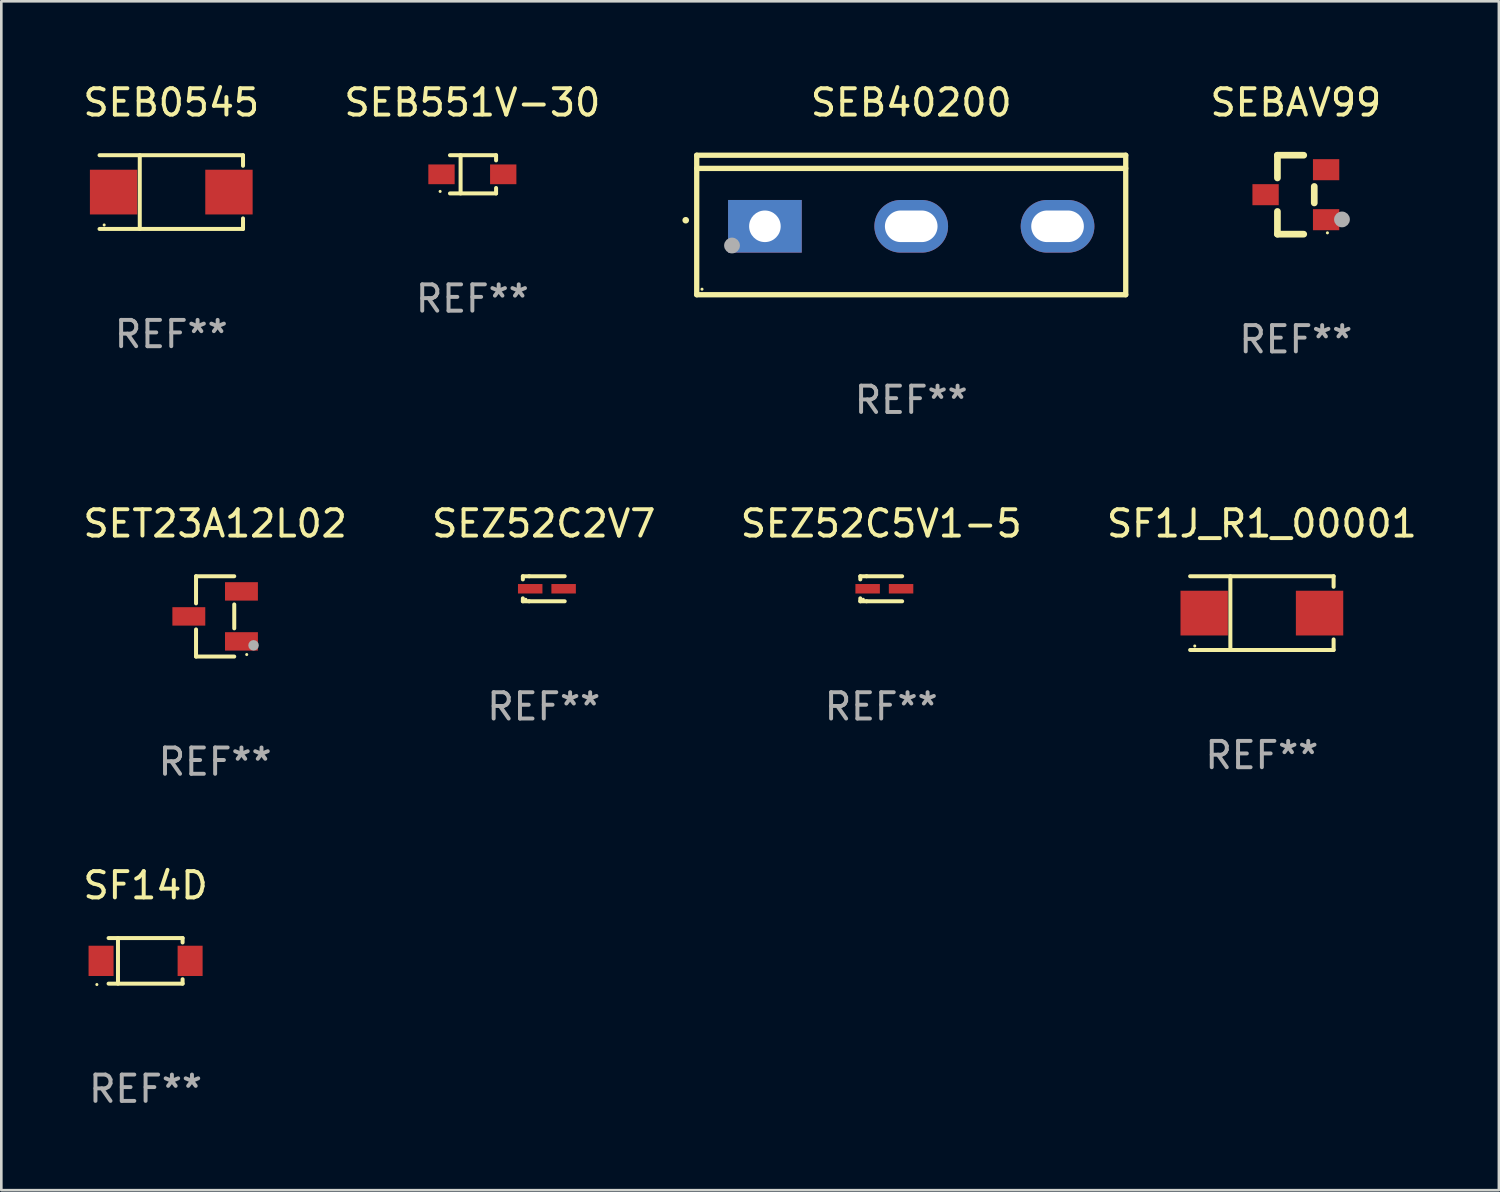
<source format=kicad_pcb>
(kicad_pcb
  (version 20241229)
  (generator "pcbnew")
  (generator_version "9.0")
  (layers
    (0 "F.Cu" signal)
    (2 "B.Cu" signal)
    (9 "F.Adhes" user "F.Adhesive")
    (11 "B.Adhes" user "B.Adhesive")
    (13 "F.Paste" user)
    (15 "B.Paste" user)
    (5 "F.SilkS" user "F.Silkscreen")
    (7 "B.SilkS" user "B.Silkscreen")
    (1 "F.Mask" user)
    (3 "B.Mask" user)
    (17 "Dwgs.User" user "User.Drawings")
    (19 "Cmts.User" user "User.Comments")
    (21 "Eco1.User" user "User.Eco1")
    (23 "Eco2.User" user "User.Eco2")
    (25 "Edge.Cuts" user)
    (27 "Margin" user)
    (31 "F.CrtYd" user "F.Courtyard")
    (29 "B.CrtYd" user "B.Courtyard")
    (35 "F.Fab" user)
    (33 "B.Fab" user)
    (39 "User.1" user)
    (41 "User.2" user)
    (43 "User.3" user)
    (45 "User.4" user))
  (footprint "SEBAV99"
    (layer "F.Cu")
    (at 46.19 4.348)
    (property "Reference" "SEBAV99" (at 0 -3.5 0) (layer "F.SilkS") (effects (font (size 1 1) (thickness 0.15))))
    (attr through_hole)
    (fp_line (start -0.7 -1.5) (end 0.3 -1.5) (stroke (width 0.254) (type solid)) (layer "F.SilkS"))
    (fp_line (start -0.7 -0.636) (end -0.7 -1.5) (stroke (width 0.254) (type solid)) (layer "F.SilkS"))
    (fp_line (start -0.7 1.5) (end -0.7 0.636) (stroke (width 0.254) (type solid)) (layer "F.SilkS"))
    (fp_line (start -0.7 1.5) (end 0.3 1.5) (stroke (width 0.254) (type solid)) (layer "F.SilkS"))
    (fp_line (start 0.7 0.314) (end 0.7 -0.314) (stroke (width 0.254) (type solid)) (layer "F.SilkS"))
    (fp_circle (center 1.2 1.45) (end 1.23 1.45) (stroke (width 0.06) (type solid)) (fill no) (layer "F.SilkS"))
    (fp_circle (center 1.753 0.94) (end 1.903 0.94) (stroke (width 0.3) (type solid)) (fill no) (layer "F.Fab"))
    (fp_text user "REF**" (at 0 5.5 0) (layer "F.Fab") (effects (font (size 1 1) (thickness 0.15))))
    (pad "1" smd rect (at 1.15 0.95 180) (size 1 0.8) (layers "F.Cu" "F.Mask" "F.Paste"))
    (pad "2" smd rect (at 1.15 -0.95 180) (size 1 0.8) (layers "F.Cu" "F.Mask" "F.Paste"))
    (pad "3" smd rect (at -1.15 -0.000051 180) (size 1 0.8) (layers "F.Cu" "F.Mask" "F.Paste")))
  (footprint "SEZ52C2V7"
    (layer "F.Cu")
    (at 17.613 19.322)
    (property "Reference" "SEZ52C2V7" (at 0 -2.476 0) (layer "F.SilkS") (effects (font (size 1 1) (thickness 0.15))))
    (attr through_hole)
    (fp_line (start -0.795 -0.476) (end -0.795 -0.356) (stroke (width 0.152) (type solid)) (layer "F.SilkS"))
    (fp_line (start -0.795 0.363) (end -0.795 0.476) (stroke (width 0.152) (type solid)) (layer "F.SilkS"))
    (fp_line (start -0.795 0.476) (end -0.557 0.476) (stroke (width 0.152) (type solid)) (layer "F.SilkS"))
    (fp_line (start -0.557 -0.476) (end -0.795 -0.476) (stroke (width 0.152) (type solid)) (layer "F.SilkS"))
    (fp_line (start -0.557 -0.476) (end 0.795 -0.476) (stroke (width 0.152) (type solid)) (layer "F.SilkS"))
    (fp_line (start -0.557 0.476) (end 0.795 0.476) (stroke (width 0.152) (type solid)) (layer "F.SilkS"))
    (fp_circle (center -0.681 0.4) (end -0.651 0.4) (stroke (width 0.06) (type solid)) (fill no) (layer "F.SilkS"))
    (fp_text user "REF**" (at 0 4.476 0) (layer "F.Fab") (effects (font (size 1 1) (thickness 0.15))))
    (pad "1" smd rect (at -0.516 0 180) (size 0.93 0.36) (layers "F.Cu" "F.Mask" "F.Paste"))
    (pad "2" smd rect (at 0.754 0 180) (size 0.93 0.36) (layers "F.Cu" "F.Mask" "F.Paste")))
  (footprint "SEB551V-30"
    (layer "F.Cu")
    (at 14.899 3.574)
    (property "Reference" "SEB551V-30" (at 0 -2.726 0) (layer "F.SilkS") (effects (font (size 1 1) (thickness 0.15))))
    (attr through_hole)
    (fp_line (start -0.851 -0.726) (end 0.901 -0.726) (stroke (width 0.152) (type solid)) (layer "F.SilkS"))
    (fp_line (start -0.851 0.726) (end 0.901 0.726) (stroke (width 0.152) (type solid)) (layer "F.SilkS"))
    (fp_line (start -0.447 -0.726) (end -0.447 0.726) (stroke (width 0.152) (type solid)) (layer "F.SilkS"))
    (fp_line (start 0.901 -0.726) (end 0.901 -0.53) (stroke (width 0.152) (type solid)) (layer "F.SilkS"))
    (fp_line (start 0.901 0.726) (end 0.901 0.52) (stroke (width 0.152) (type solid)) (layer "F.SilkS"))
    (fp_circle (center -1.225 0.65) (end -1.195 0.65) (stroke (width 0.06) (type solid)) (fill no) (layer "F.SilkS"))
    (fp_text user "REF**" (at 0 4.726 0) (layer "F.Fab") (effects (font (size 1 1) (thickness 0.15))))
    (pad "1" smd rect (at -1.173 0) (size 1 0.75) (layers "F.Cu" "F.Mask" "F.Paste"))
    (pad "2" smd rect (at 1.173 0) (size 1 0.75) (layers "F.Cu" "F.Mask" "F.Paste")))
  (footprint "SEZ52C5V1-5"
    (layer "F.Cu")
    (at 30.435 19.322)
    (property "Reference" "SEZ52C5V1-5" (at 0 -2.476 0) (layer "F.SilkS") (effects (font (size 1 1) (thickness 0.15))))
    (attr through_hole)
    (fp_line (start -0.795 -0.476) (end -0.795 -0.356) (stroke (width 0.152) (type solid)) (layer "F.SilkS"))
    (fp_line (start -0.795 0.363) (end -0.795 0.476) (stroke (width 0.152) (type solid)) (layer "F.SilkS"))
    (fp_line (start -0.795 0.476) (end -0.557 0.476) (stroke (width 0.152) (type solid)) (layer "F.SilkS"))
    (fp_line (start -0.557 -0.476) (end -0.795 -0.476) (stroke (width 0.152) (type solid)) (layer "F.SilkS"))
    (fp_line (start -0.557 -0.476) (end 0.795 -0.476) (stroke (width 0.152) (type solid)) (layer "F.SilkS"))
    (fp_line (start -0.557 0.476) (end 0.795 0.476) (stroke (width 0.152) (type solid)) (layer "F.SilkS"))
    (fp_circle (center -0.681 0.4) (end -0.651 0.4) (stroke (width 0.06) (type solid)) (fill no) (layer "F.SilkS"))
    (fp_text user "REF**" (at 0 4.476 0) (layer "F.Fab") (effects (font (size 1 1) (thickness 0.15))))
    (pad "1" smd rect (at -0.516 0 180) (size 0.93 0.36) (layers "F.Cu" "F.Mask" "F.Paste"))
    (pad "2" smd rect (at 0.754 0 180) (size 0.93 0.36) (layers "F.Cu" "F.Mask" "F.Paste")))
  (footprint "SEB0545"
    (layer "F.Cu")
    (at 3.458 4.249)
    (property "Reference" "SEB0545" (at 0 -3.401 0) (layer "F.SilkS") (effects (font (size 1 1) (thickness 0.15))))
    (attr through_hole)
    (fp_line (start -2.726 -1.401) (end 2.726 -1.401) (stroke (width 0.152) (type solid)) (layer "F.SilkS"))
    (fp_line (start -2.726 1.401) (end 2.726 1.401) (stroke (width 0.152) (type solid)) (layer "F.SilkS"))
    (fp_line (start -1.197 -1.401) (end -1.197 1.401) (stroke (width 0.152) (type solid)) (layer "F.SilkS"))
    (fp_line (start 2.726 -1.401) (end 2.726 -1) (stroke (width 0.152) (type solid)) (layer "F.SilkS"))
    (fp_line (start 2.726 1.401) (end 2.726 1) (stroke (width 0.152) (type solid)) (layer "F.SilkS"))
    (fp_circle (center -2.55 1.25) (end -2.52 1.25) (stroke (width 0.06) (type solid)) (fill no) (layer "F.SilkS"))
    (fp_text user "REF**" (at 0 5.401 0) (layer "F.Fab") (effects (font (size 1 1) (thickness 0.15))))
    (pad "1" smd rect (at -2.192 0) (size 1.8 1.7) (layers "F.Cu" "F.Mask" "F.Paste"))
    (pad "2" smd rect (at 2.192 0) (size 1.8 1.7) (layers "F.Cu" "F.Mask" "F.Paste")))
  (footprint "SET23A12L02"
    (layer "F.Cu")
    (at 5.125 20.372)
    (property "Reference" "SET23A12L02" (at 0 -3.526 0) (layer "F.SilkS") (effects (font (size 1 1) (thickness 0.15))))
    (attr through_hole)
    (fp_line (start -0.726 -1.526) (end -0.726 -0.495) (stroke (width 0.152) (type solid)) (layer "F.SilkS"))
    (fp_line (start -0.726 1.526) (end -0.726 0.495) (stroke (width 0.152) (type solid)) (layer "F.SilkS"))
    (fp_line (start 0.726 -1.526) (end -0.726 -1.526) (stroke (width 0.152) (type solid)) (layer "F.SilkS"))
    (fp_line (start 0.726 -0.455) (end 0.726 0.455) (stroke (width 0.152) (type solid)) (layer "F.SilkS"))
    (fp_line (start 0.726 1.526) (end -0.726 1.526) (stroke (width 0.152) (type solid)) (layer "F.SilkS"))
    (fp_circle (center 1.2 1.45) (end 1.23 1.45) (stroke (width 0.06) (type solid)) (fill no) (layer "F.SilkS"))
    (fp_circle (center 1.46 1.1) (end 1.56 1.1) (stroke (width 0.2) (type solid)) (fill no) (layer "F.Fab"))
    (fp_text user "REF**" (at 0 5.526 0) (layer "F.Fab") (effects (font (size 1 1) (thickness 0.15))))
    (pad "1" smd rect (at 1 0.95) (size 1.25 0.7) (layers "F.Cu" "F.Mask" "F.Paste"))
    (pad "2" smd rect (at 1 -0.95) (size 1.25 0.7) (layers "F.Cu" "F.Mask" "F.Paste"))
    (pad "3" smd rect (at -1 0) (size 1.25 0.7) (layers "F.Cu" "F.Mask" "F.Paste")))
  (footprint "SF1J_R1_00001"
    (layer "F.Cu")
    (at 44.899 20.247)
    (property "Reference" "SF1J_R1_00001" (at 0 -3.401 0) (layer "F.SilkS") (effects (font (size 1 1) (thickness 0.15))))
    (attr through_hole)
    (fp_line (start -2.726 -1.401) (end 2.726 -1.401) (stroke (width 0.152) (type solid)) (layer "F.SilkS"))
    (fp_line (start -2.726 1.401) (end 2.726 1.401) (stroke (width 0.152) (type solid)) (layer "F.SilkS"))
    (fp_line (start -1.197 -1.401) (end -1.197 1.401) (stroke (width 0.152) (type solid)) (layer "F.SilkS"))
    (fp_line (start 2.726 -1.401) (end 2.726 -1) (stroke (width 0.152) (type solid)) (layer "F.SilkS"))
    (fp_line (start 2.726 1.401) (end 2.726 1) (stroke (width 0.152) (type solid)) (layer "F.SilkS"))
    (fp_circle (center -2.55 1.25) (end -2.52 1.25) (stroke (width 0.06) (type solid)) (fill no) (layer "F.SilkS"))
    (fp_text user "REF**" (at 0 5.401 0) (layer "F.Fab") (effects (font (size 1 1) (thickness 0.15))))
    (pad "1" smd rect (at -2.192 0) (size 1.8 1.7) (layers "F.Cu" "F.Mask" "F.Paste"))
    (pad "2" smd rect (at 2.192 0) (size 1.8 1.7) (layers "F.Cu" "F.Mask" "F.Paste")))
  (footprint "SF14D"
    (layer "F.Cu")
    (at 2.482 33.461)
    (property "Reference" "SF14D" (at 0 -2.866 0) (layer "F.SilkS") (effects (font (size 1 1) (thickness 0.15))))
    (attr through_hole)
    (fp_line (start -1.406 -0.866) (end 1.406 -0.866) (stroke (width 0.152) (type solid)) (layer "F.SilkS"))
    (fp_line (start -1.406 0.866) (end 1.406 0.866) (stroke (width 0.152) (type solid)) (layer "F.SilkS"))
    (fp_line (start -1.049 -0.866) (end -1.049 0.866) (stroke (width 0.152) (type solid)) (layer "F.SilkS"))
    (fp_line (start 1.406 -0.866) (end 1.406 -0.698) (stroke (width 0.152) (type solid)) (layer "F.SilkS"))
    (fp_line (start 1.406 0.866) (end 1.406 0.698) (stroke (width 0.152) (type solid)) (layer "F.SilkS"))
    (fp_circle (center -1.851 0.9) (end -1.821 0.9) (stroke (width 0.06) (type solid)) (fill no) (layer "F.SilkS"))
    (fp_text user "REF**" (at 0 4.866 0) (layer "F.Fab") (effects (font (size 1 1) (thickness 0.15))))
    (pad "1" smd rect (at -1.692 0) (size 0.95 1.15) (layers "F.Cu" "F.Mask" "F.Paste"))
    (pad "2" smd rect (at 1.692 0) (size 0.95 1.15) (layers "F.Cu" "F.Mask" "F.Paste")))
  (footprint "SEB40200"
    (layer "F.Cu")
    (at 31.575 5.499)
    (property "Reference" "SEB40200" (at 0 -4.65 0) (layer "F.SilkS") (effects (font (size 1 1) (thickness 0.15))))
    (attr through_hole)
    (fp_line (start -8.151 -2.65) (end -8.151 2.65) (stroke (width 0.201) (type solid)) (layer "F.SilkS"))
    (fp_line (start 8.151 -2.65) (end -8.151 -2.65) (stroke (width 0.201) (type solid)) (layer "F.SilkS"))
    (fp_line (start 8.151 -2.15) (end -8.151 -2.15) (stroke (width 0.201) (type solid)) (layer "F.SilkS"))
    (fp_line (start 8.151 2.65) (end -8.151 2.65) (stroke (width 0.201) (type solid)) (layer "F.SilkS"))
    (fp_line (start 8.151 2.65) (end 8.151 -2.65) (stroke (width 0.201) (type solid)) (layer "F.SilkS"))
    (fp_arc (start -8.570003 -0.18048) (mid -8.568733 -0.180486) (end -8.567463 -0.18048) (stroke (width 0.24892) (type solid)) (layer "F.SilkS"))
    (fp_circle (center -7.95 2.44) (end -7.92 2.44) (stroke (width 0.06) (type solid)) (fill no) (layer "F.SilkS"))
    (fp_circle (center -6.81 0.78) (end -6.66 0.78) (stroke (width 0.3) (type solid)) (fill no) (layer "F.Fab"))
    (fp_text user "REF**" (at 0 6.65 0) (layer "F.Fab") (effects (font (size 1 1) (thickness 0.15))))
    (pad "1" thru_hole rect (at -5.56 0.05 90) (size 2 2.8) (drill 1.2) (layers "*.Cu" "*.Mask"))
    (pad "2" thru_hole oval (at 0 0.05 90) (size 2 2.8) (drill oval 1.2 2) (layers "*.Cu" "*.Mask"))
    (pad "3" thru_hole oval (at 5.56 0.05 90) (size 2 2.8) (drill oval 1.2 2) (layers "*.Cu" "*.Mask")))
  (gr_rect
    (start -3 -3)
    (end 53.905 42.175)
    (stroke (width 0.1) (type default))
    (fill no)
    (layer "Edge.Cuts")))
</source>
